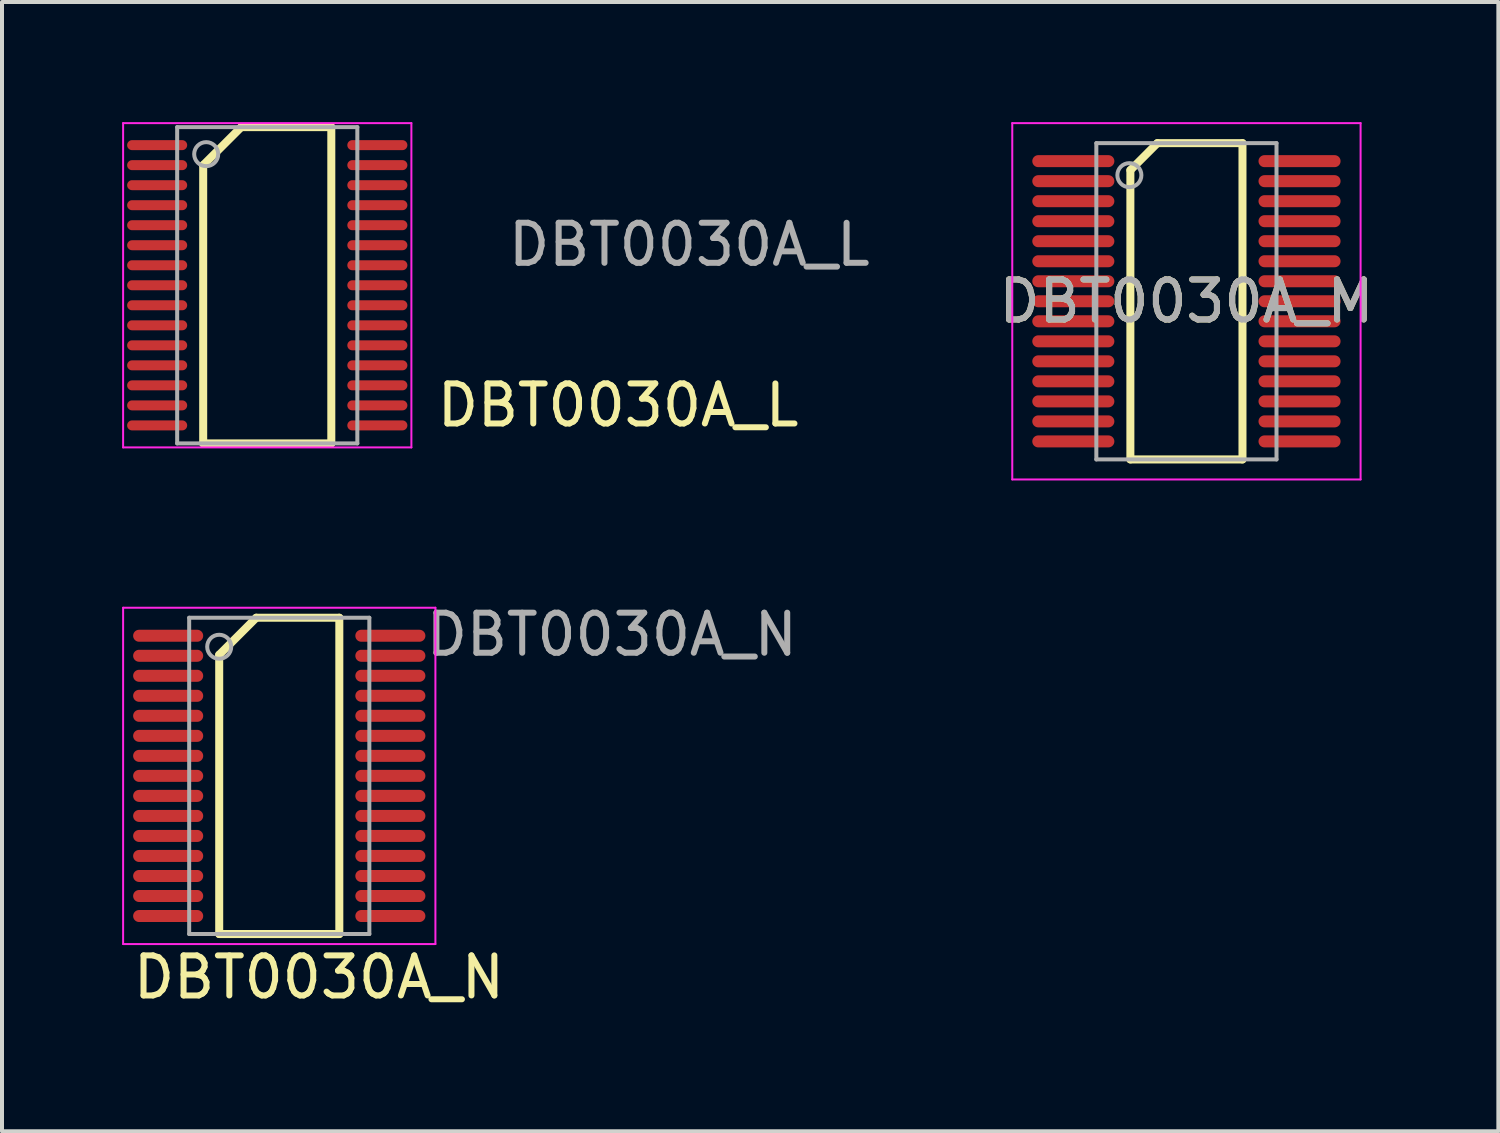
<source format=kicad_pcb>
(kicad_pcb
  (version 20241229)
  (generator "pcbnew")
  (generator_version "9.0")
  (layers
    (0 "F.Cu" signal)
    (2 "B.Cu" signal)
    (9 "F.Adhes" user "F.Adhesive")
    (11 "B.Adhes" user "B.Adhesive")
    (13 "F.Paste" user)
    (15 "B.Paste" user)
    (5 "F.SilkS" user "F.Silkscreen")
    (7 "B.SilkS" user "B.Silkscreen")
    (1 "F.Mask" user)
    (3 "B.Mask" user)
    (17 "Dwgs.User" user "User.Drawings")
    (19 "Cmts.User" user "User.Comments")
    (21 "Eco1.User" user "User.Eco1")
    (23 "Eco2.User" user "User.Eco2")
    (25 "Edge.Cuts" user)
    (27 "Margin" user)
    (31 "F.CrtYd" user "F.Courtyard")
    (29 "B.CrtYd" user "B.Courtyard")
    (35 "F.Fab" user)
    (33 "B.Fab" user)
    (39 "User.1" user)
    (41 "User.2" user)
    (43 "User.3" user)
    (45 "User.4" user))
  (footprint "DBT0030A_M"
    (layer "F.Cu")
    (at 26.583 4.475)
    (property "Reference" "DBT0030A_M" (at 0 0 0) (unlocked yes) (layer "F.SilkS") (effects (font (size 1 1) (thickness 0.15))))
    (attr smd)
    (fp_line (start -1.4 -3.275) (end -0.725 -3.95) (stroke (width 0.2) (type solid)) (layer "F.SilkS"))
    (fp_line (start -1.4 3.95) (end -1.4 -3.275) (stroke (width 0.2) (type solid)) (layer "F.SilkS"))
    (fp_line (start -1.4 3.95) (end 1.4 3.95) (stroke (width 0.2) (type solid)) (layer "F.SilkS"))
    (fp_line (start -0.725 -3.95) (end 1.4 -3.95) (stroke (width 0.2) (type solid)) (layer "F.SilkS"))
    (fp_line (start 1.4 3.95) (end 1.4 -3.95) (stroke (width 0.2) (type solid)) (layer "F.SilkS"))
    (fp_line (start -4.35 -4.45) (end 4.35 -4.45) (stroke (width 0.05) (type solid)) (layer "F.CrtYd"))
    (fp_line (start -4.35 4.45) (end -4.35 -4.45) (stroke (width 0.05) (type solid)) (layer "F.CrtYd"))
    (fp_line (start -4.35 4.45) (end 4.35 4.45) (stroke (width 0.05) (type solid)) (layer "F.CrtYd"))
    (fp_line (start 4.35 4.45) (end 4.35 -4.45) (stroke (width 0.05) (type solid)) (layer "F.CrtYd"))
    (fp_line (start -2.25 -3.95) (end 2.25 -3.95) (stroke (width 0.1) (type solid)) (layer "F.Fab"))
    (fp_line (start -2.25 3.95) (end -2.25 -3.95) (stroke (width 0.1) (type solid)) (layer "F.Fab"))
    (fp_line (start -2.25 3.95) (end 2.25 3.95) (stroke (width 0.1) (type solid)) (layer "F.Fab"))
    (fp_line (start 2.25 3.95) (end 2.25 -3.95) (stroke (width 0.1) (type solid)) (layer "F.Fab"))
    (fp_circle (center -1.425 -3.15) (end -1.125 -3.15) (stroke (width 0.1) (type solid)) (fill no) (layer "F.Fab"))
    (fp_text user "${REFERENCE}" (at 0 0 0) (unlocked yes) (layer "F.Fab") (effects (font (size 1 1) (thickness 0.15))))
    (pad "1" smd oval (at -2.825 -3.5 90) (size 0.3 2.05) (layers "F.Cu" "F.Mask" "F.Paste"))
    (pad "2" smd oval (at -2.825 -3 90) (size 0.3 2.05) (layers "F.Cu" "F.Mask" "F.Paste"))
    (pad "3" smd oval (at -2.825 -2.5 90) (size 0.3 2.05) (layers "F.Cu" "F.Mask" "F.Paste"))
    (pad "4" smd oval (at -2.825 -2 90) (size 0.3 2.05) (layers "F.Cu" "F.Mask" "F.Paste"))
    (pad "5" smd oval (at -2.825 -1.5 90) (size 0.3 2.05) (layers "F.Cu" "F.Mask" "F.Paste"))
    (pad "6" smd oval (at -2.825 -1 90) (size 0.3 2.05) (layers "F.Cu" "F.Mask" "F.Paste"))
    (pad "7" smd oval (at -2.825 -0.5 90) (size 0.3 2.05) (layers "F.Cu" "F.Mask" "F.Paste"))
    (pad "8" smd oval (at -2.825 0 90) (size 0.3 2.05) (layers "F.Cu" "F.Mask" "F.Paste"))
    (pad "9" smd oval (at -2.825 0.5 90) (size 0.3 2.05) (layers "F.Cu" "F.Mask" "F.Paste"))
    (pad "10" smd oval (at -2.825 1 90) (size 0.3 2.05) (layers "F.Cu" "F.Mask" "F.Paste"))
    (pad "11" smd oval (at -2.825 1.5 90) (size 0.3 2.05) (layers "F.Cu" "F.Mask" "F.Paste"))
    (pad "12" smd oval (at -2.825 2 90) (size 0.3 2.05) (layers "F.Cu" "F.Mask" "F.Paste"))
    (pad "13" smd oval (at -2.825 2.5 90) (size 0.3 2.05) (layers "F.Cu" "F.Mask" "F.Paste"))
    (pad "14" smd oval (at -2.825 3 90) (size 0.3 2.05) (layers "F.Cu" "F.Mask" "F.Paste"))
    (pad "15" smd oval (at -2.825 3.5 90) (size 0.3 2.05) (layers "F.Cu" "F.Mask" "F.Paste"))
    (pad "16" smd oval (at 2.825 3.5 90) (size 0.3 2.05) (layers "F.Cu" "F.Mask" "F.Paste"))
    (pad "17" smd oval (at 2.825 3 90) (size 0.3 2.05) (layers "F.Cu" "F.Mask" "F.Paste"))
    (pad "18" smd oval (at 2.825 2.5 90) (size 0.3 2.05) (layers "F.Cu" "F.Mask" "F.Paste"))
    (pad "19" smd oval (at 2.825 2 90) (size 0.3 2.05) (layers "F.Cu" "F.Mask" "F.Paste"))
    (pad "20" smd oval (at 2.825 1.5 90) (size 0.3 2.05) (layers "F.Cu" "F.Mask" "F.Paste"))
    (pad "21" smd oval (at 2.825 1 90) (size 0.3 2.05) (layers "F.Cu" "F.Mask" "F.Paste"))
    (pad "22" smd oval (at 2.825 0.5 90) (size 0.3 2.05) (layers "F.Cu" "F.Mask" "F.Paste"))
    (pad "23" smd oval (at 2.825 0 90) (size 0.3 2.05) (layers "F.Cu" "F.Mask" "F.Paste"))
    (pad "24" smd oval (at 2.825 -0.5 90) (size 0.3 2.05) (layers "F.Cu" "F.Mask" "F.Paste"))
    (pad "25" smd oval (at 2.825 -1 90) (size 0.3 2.05) (layers "F.Cu" "F.Mask" "F.Paste"))
    (pad "26" smd oval (at 2.825 -1.5 90) (size 0.3 2.05) (layers "F.Cu" "F.Mask" "F.Paste"))
    (pad "27" smd oval (at 2.825 -2 90) (size 0.3 2.05) (layers "F.Cu" "F.Mask" "F.Paste"))
    (pad "28" smd oval (at 2.825 -2.5 90) (size 0.3 2.05) (layers "F.Cu" "F.Mask" "F.Paste"))
    (pad "29" smd oval (at 2.825 -3 90) (size 0.3 2.05) (layers "F.Cu" "F.Mask" "F.Paste"))
    (pad "30" smd oval (at 2.825 -3.5 90) (size 0.3 2.05) (layers "F.Cu" "F.Mask" "F.Paste")))
  (footprint "DBT0030A_N"
    (layer "F.Cu")
    (at 3.925 16.329)
    (property "Reference" "DBT0030A_N" (at 0.991 5.029 0) (unlocked yes) (layer "F.SilkS") (effects (font (size 1 1) (thickness 0.15))))
    (attr smd)
    (fp_line (start -1.5 -3.025) (end -0.575 -3.95) (stroke (width 0.2) (type solid)) (layer "F.SilkS"))
    (fp_line (start -1.5 3.95) (end -1.5 -3.025) (stroke (width 0.2) (type solid)) (layer "F.SilkS"))
    (fp_line (start -1.5 3.95) (end 1.5 3.95) (stroke (width 0.2) (type solid)) (layer "F.SilkS"))
    (fp_line (start -0.575 -3.95) (end 1.5 -3.95) (stroke (width 0.2) (type solid)) (layer "F.SilkS"))
    (fp_line (start 1.5 3.95) (end 1.5 -3.95) (stroke (width 0.2) (type solid)) (layer "F.SilkS"))
    (fp_line (start -3.9 -4.2) (end 3.9 -4.2) (stroke (width 0.05) (type solid)) (layer "F.CrtYd"))
    (fp_line (start -3.9 4.2) (end -3.9 -4.2) (stroke (width 0.05) (type solid)) (layer "F.CrtYd"))
    (fp_line (start -3.9 4.2) (end 3.9 4.2) (stroke (width 0.05) (type solid)) (layer "F.CrtYd"))
    (fp_line (start 3.9 4.2) (end 3.9 -4.2) (stroke (width 0.05) (type solid)) (layer "F.CrtYd"))
    (fp_line (start -2.25 -3.95) (end 2.25 -3.95) (stroke (width 0.1) (type solid)) (layer "F.Fab"))
    (fp_line (start -2.25 3.95) (end -2.25 -3.95) (stroke (width 0.1) (type solid)) (layer "F.Fab"))
    (fp_line (start -2.25 3.95) (end 2.25 3.95) (stroke (width 0.1) (type solid)) (layer "F.Fab"))
    (fp_line (start 2.25 3.95) (end 2.25 -3.95) (stroke (width 0.1) (type solid)) (layer "F.Fab"))
    (fp_circle (center -1.5 -3.225) (end -1.2 -3.225) (stroke (width 0.1) (type solid)) (fill no) (layer "F.Fab"))
    (fp_text user "${REFERENCE}" (at 8.306 -3.531 0) (unlocked yes) (layer "F.Fab") (effects (font (size 1 1) (thickness 0.15))))
    (pad "1" smd oval (at -2.775 -3.5 90) (size 0.3 1.75) (layers "F.Cu" "F.Mask" "F.Paste"))
    (pad "2" smd oval (at -2.775 -3 90) (size 0.3 1.75) (layers "F.Cu" "F.Mask" "F.Paste"))
    (pad "3" smd oval (at -2.775 -2.5 90) (size 0.3 1.75) (layers "F.Cu" "F.Mask" "F.Paste"))
    (pad "4" smd oval (at -2.775 -2 90) (size 0.3 1.75) (layers "F.Cu" "F.Mask" "F.Paste"))
    (pad "5" smd oval (at -2.775 -1.5 90) (size 0.3 1.75) (layers "F.Cu" "F.Mask" "F.Paste"))
    (pad "6" smd oval (at -2.775 -1 90) (size 0.3 1.75) (layers "F.Cu" "F.Mask" "F.Paste"))
    (pad "7" smd oval (at -2.775 -0.5 90) (size 0.3 1.75) (layers "F.Cu" "F.Mask" "F.Paste"))
    (pad "8" smd oval (at -2.775 0 90) (size 0.3 1.75) (layers "F.Cu" "F.Mask" "F.Paste"))
    (pad "9" smd oval (at -2.775 0.5 90) (size 0.3 1.75) (layers "F.Cu" "F.Mask" "F.Paste"))
    (pad "10" smd oval (at -2.775 1 90) (size 0.3 1.75) (layers "F.Cu" "F.Mask" "F.Paste"))
    (pad "11" smd oval (at -2.775 1.5 90) (size 0.3 1.75) (layers "F.Cu" "F.Mask" "F.Paste"))
    (pad "12" smd oval (at -2.775 2 90) (size 0.3 1.75) (layers "F.Cu" "F.Mask" "F.Paste"))
    (pad "13" smd oval (at -2.775 2.5 90) (size 0.3 1.75) (layers "F.Cu" "F.Mask" "F.Paste"))
    (pad "14" smd oval (at -2.775 3 90) (size 0.3 1.75) (layers "F.Cu" "F.Mask" "F.Paste"))
    (pad "15" smd oval (at -2.775 3.5 90) (size 0.3 1.75) (layers "F.Cu" "F.Mask" "F.Paste"))
    (pad "16" smd oval (at 2.775 3.5 90) (size 0.3 1.75) (layers "F.Cu" "F.Mask" "F.Paste"))
    (pad "17" smd oval (at 2.775 3 90) (size 0.3 1.75) (layers "F.Cu" "F.Mask" "F.Paste"))
    (pad "18" smd oval (at 2.775 2.5 90) (size 0.3 1.75) (layers "F.Cu" "F.Mask" "F.Paste"))
    (pad "19" smd oval (at 2.775 2 90) (size 0.3 1.75) (layers "F.Cu" "F.Mask" "F.Paste"))
    (pad "20" smd oval (at 2.775 1.5 90) (size 0.3 1.75) (layers "F.Cu" "F.Mask" "F.Paste"))
    (pad "21" smd oval (at 2.775 1 90) (size 0.3 1.75) (layers "F.Cu" "F.Mask" "F.Paste"))
    (pad "22" smd oval (at 2.775 0.5 90) (size 0.3 1.75) (layers "F.Cu" "F.Mask" "F.Paste"))
    (pad "23" smd oval (at 2.775 0 90) (size 0.3 1.75) (layers "F.Cu" "F.Mask" "F.Paste"))
    (pad "24" smd oval (at 2.775 -0.5 90) (size 0.3 1.75) (layers "F.Cu" "F.Mask" "F.Paste"))
    (pad "25" smd oval (at 2.775 -1 90) (size 0.3 1.75) (layers "F.Cu" "F.Mask" "F.Paste"))
    (pad "26" smd oval (at 2.775 -1.5 90) (size 0.3 1.75) (layers "F.Cu" "F.Mask" "F.Paste"))
    (pad "27" smd oval (at 2.775 -2 90) (size 0.3 1.75) (layers "F.Cu" "F.Mask" "F.Paste"))
    (pad "28" smd oval (at 2.775 -2.5 90) (size 0.3 1.75) (layers "F.Cu" "F.Mask" "F.Paste"))
    (pad "29" smd oval (at 2.775 -3 90) (size 0.3 1.75) (layers "F.Cu" "F.Mask" "F.Paste"))
    (pad "30" smd oval (at 2.775 -3.5 90) (size 0.3 1.75) (layers "F.Cu" "F.Mask" "F.Paste")))
  (footprint "DBT0030A_L"
    (layer "F.Cu")
    (at 3.625 4.075)
    (property "Reference" "DBT0030A_L" (at 8.763 2.997 0) (unlocked yes) (layer "F.SilkS") (effects (font (size 1 1) (thickness 0.15))))
    (attr smd)
    (fp_line (start -1.6 -3) (end -0.65 -3.95) (stroke (width 0.2) (type solid)) (layer "F.SilkS"))
    (fp_line (start -1.6 3.95) (end -1.6 -3) (stroke (width 0.2) (type solid)) (layer "F.SilkS"))
    (fp_line (start -1.6 3.95) (end 1.6 3.95) (stroke (width 0.2) (type solid)) (layer "F.SilkS"))
    (fp_line (start -0.65 -3.95) (end 1.6 -3.95) (stroke (width 0.2) (type solid)) (layer "F.SilkS"))
    (fp_line (start 1.6 3.95) (end 1.6 -3.95) (stroke (width 0.2) (type solid)) (layer "F.SilkS"))
    (fp_line (start -3.6 -4.05) (end 3.6 -4.05) (stroke (width 0.05) (type solid)) (layer "F.CrtYd"))
    (fp_line (start -3.6 4.05) (end -3.6 -4.05) (stroke (width 0.05) (type solid)) (layer "F.CrtYd"))
    (fp_line (start -3.6 4.05) (end 3.6 4.05) (stroke (width 0.05) (type solid)) (layer "F.CrtYd"))
    (fp_line (start 3.6 4.05) (end 3.6 -4.05) (stroke (width 0.05) (type solid)) (layer "F.CrtYd"))
    (fp_line (start -2.25 -3.95) (end 2.25 -3.95) (stroke (width 0.1) (type solid)) (layer "F.Fab"))
    (fp_line (start -2.25 3.95) (end -2.25 -3.95) (stroke (width 0.1) (type solid)) (layer "F.Fab"))
    (fp_line (start -2.25 3.95) (end 2.25 3.95) (stroke (width 0.1) (type solid)) (layer "F.Fab"))
    (fp_line (start 2.25 3.95) (end 2.25 -3.95) (stroke (width 0.1) (type solid)) (layer "F.Fab"))
    (fp_circle (center -1.525 -3.275) (end -1.225 -3.275) (stroke (width 0.1) (type solid)) (fill no) (layer "F.Fab"))
    (fp_text user "${REFERENCE}" (at 10.541 -1.016 0) (unlocked yes) (layer "F.Fab") (effects (font (size 1 1) (thickness 0.15))))
    (pad "1" smd oval (at -2.75 -3.5 90) (size 0.25 1.5) (layers "F.Cu" "F.Mask" "F.Paste"))
    (pad "2" smd oval (at -2.75 -3 90) (size 0.25 1.5) (layers "F.Cu" "F.Mask" "F.Paste"))
    (pad "3" smd oval (at -2.75 -2.5 90) (size 0.25 1.5) (layers "F.Cu" "F.Mask" "F.Paste"))
    (pad "4" smd oval (at -2.75 -2 90) (size 0.25 1.5) (layers "F.Cu" "F.Mask" "F.Paste"))
    (pad "5" smd oval (at -2.75 -1.5 90) (size 0.25 1.5) (layers "F.Cu" "F.Mask" "F.Paste"))
    (pad "6" smd oval (at -2.75 -1 90) (size 0.25 1.5) (layers "F.Cu" "F.Mask" "F.Paste"))
    (pad "7" smd oval (at -2.75 -0.5 90) (size 0.25 1.5) (layers "F.Cu" "F.Mask" "F.Paste"))
    (pad "8" smd oval (at -2.75 0 90) (size 0.25 1.5) (layers "F.Cu" "F.Mask" "F.Paste"))
    (pad "9" smd oval (at -2.75 0.5 90) (size 0.25 1.5) (layers "F.Cu" "F.Mask" "F.Paste"))
    (pad "10" smd oval (at -2.75 1 90) (size 0.25 1.5) (layers "F.Cu" "F.Mask" "F.Paste"))
    (pad "11" smd oval (at -2.75 1.5 90) (size 0.25 1.5) (layers "F.Cu" "F.Mask" "F.Paste"))
    (pad "12" smd oval (at -2.75 2 90) (size 0.25 1.5) (layers "F.Cu" "F.Mask" "F.Paste"))
    (pad "13" smd oval (at -2.75 2.5 90) (size 0.25 1.5) (layers "F.Cu" "F.Mask" "F.Paste"))
    (pad "14" smd oval (at -2.75 3 90) (size 0.25 1.5) (layers "F.Cu" "F.Mask" "F.Paste"))
    (pad "15" smd oval (at -2.75 3.5 90) (size 0.25 1.5) (layers "F.Cu" "F.Mask" "F.Paste"))
    (pad "16" smd oval (at 2.75 3.5 90) (size 0.25 1.5) (layers "F.Cu" "F.Mask" "F.Paste"))
    (pad "17" smd oval (at 2.75 3 90) (size 0.25 1.5) (layers "F.Cu" "F.Mask" "F.Paste"))
    (pad "18" smd oval (at 2.75 2.5 90) (size 0.25 1.5) (layers "F.Cu" "F.Mask" "F.Paste"))
    (pad "19" smd oval (at 2.75 2 90) (size 0.25 1.5) (layers "F.Cu" "F.Mask" "F.Paste"))
    (pad "20" smd oval (at 2.75 1.5 90) (size 0.25 1.5) (layers "F.Cu" "F.Mask" "F.Paste"))
    (pad "21" smd oval (at 2.75 1 90) (size 0.25 1.5) (layers "F.Cu" "F.Mask" "F.Paste"))
    (pad "22" smd oval (at 2.75 0.5 90) (size 0.25 1.5) (layers "F.Cu" "F.Mask" "F.Paste"))
    (pad "23" smd oval (at 2.75 0 90) (size 0.25 1.5) (layers "F.Cu" "F.Mask" "F.Paste"))
    (pad "24" smd oval (at 2.75 -0.5 90) (size 0.25 1.5) (layers "F.Cu" "F.Mask" "F.Paste"))
    (pad "25" smd oval (at 2.75 -1 90) (size 0.25 1.5) (layers "F.Cu" "F.Mask" "F.Paste"))
    (pad "26" smd oval (at 2.75 -1.5 90) (size 0.25 1.5) (layers "F.Cu" "F.Mask" "F.Paste"))
    (pad "27" smd oval (at 2.75 -2 90) (size 0.25 1.5) (layers "F.Cu" "F.Mask" "F.Paste"))
    (pad "28" smd oval (at 2.75 -2.5 90) (size 0.25 1.5) (layers "F.Cu" "F.Mask" "F.Paste"))
    (pad "29" smd oval (at 2.75 -3 90) (size 0.25 1.5) (layers "F.Cu" "F.Mask" "F.Paste"))
    (pad "30" smd oval (at 2.75 -3.5 90) (size 0.25 1.5) (layers "F.Cu" "F.Mask" "F.Paste")))
  (gr_rect
    (start -3 -3)
    (end 34.374 25.206)
    (stroke (width 0.1) (type default))
    (fill no)
    (layer "Edge.Cuts")))
</source>
